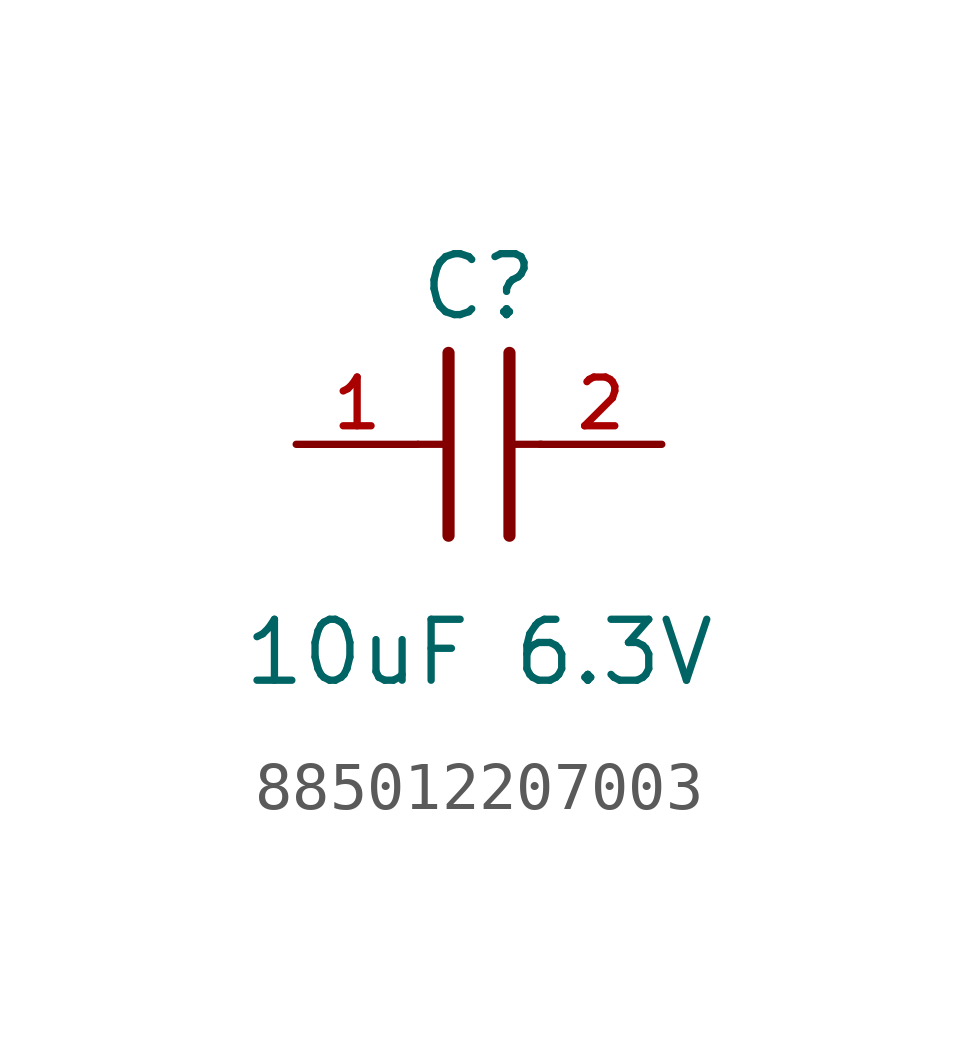
<source format=kicad_sym>
(kicad_symbol_lib
  (version 20231120)
  (generator "kicad_symbol_editor")
  (generator_version "8.0")
  (symbol "885012207003"
    (pin_names
      (offset 1.016))
    (property "Reference" "C"
      (at 1.27 2.54 0)
      (effects (font (size 1.27 1.27)) (justify bottom)))
    (property "Value" "10uF 6.3V"
      (at 1.27 -5.08 0)
      (effects (font (size 1.27 1.27)) (justify bottom)))
    (symbol "885012207003_0_0"
      (polyline (pts (xy 0 0) (xy 0.643 0)) (stroke (width 0.152) (type default)) (fill (type none)))
      (polyline (pts (xy 0.635 -1.905) (xy 0.635 1.905)) (stroke (width 0.254) (type default)) (fill (type none)))
      (polyline (pts (xy 1.905 1.905) (xy 1.905 -1.905)) (stroke (width 0.254) (type default)) (fill (type none)))
      (polyline (pts (xy 1.928 0) (xy 2.571 0)) (stroke (width 0.152) (type default)) (fill (type none)))
      (pin passive line (at -2.54 0 0) (length 2.54) (name "~" (effects (font (size 1.016 1.016)))) (number "1" (effects (font (size 1.016 1.016)))))
      (pin passive line (at 5.08 0 180) (length 2.54) (name "~" (effects (font (size 1.016 1.016)))) (number "2" (effects (font (size 1.016 1.016))))))))
</source>
